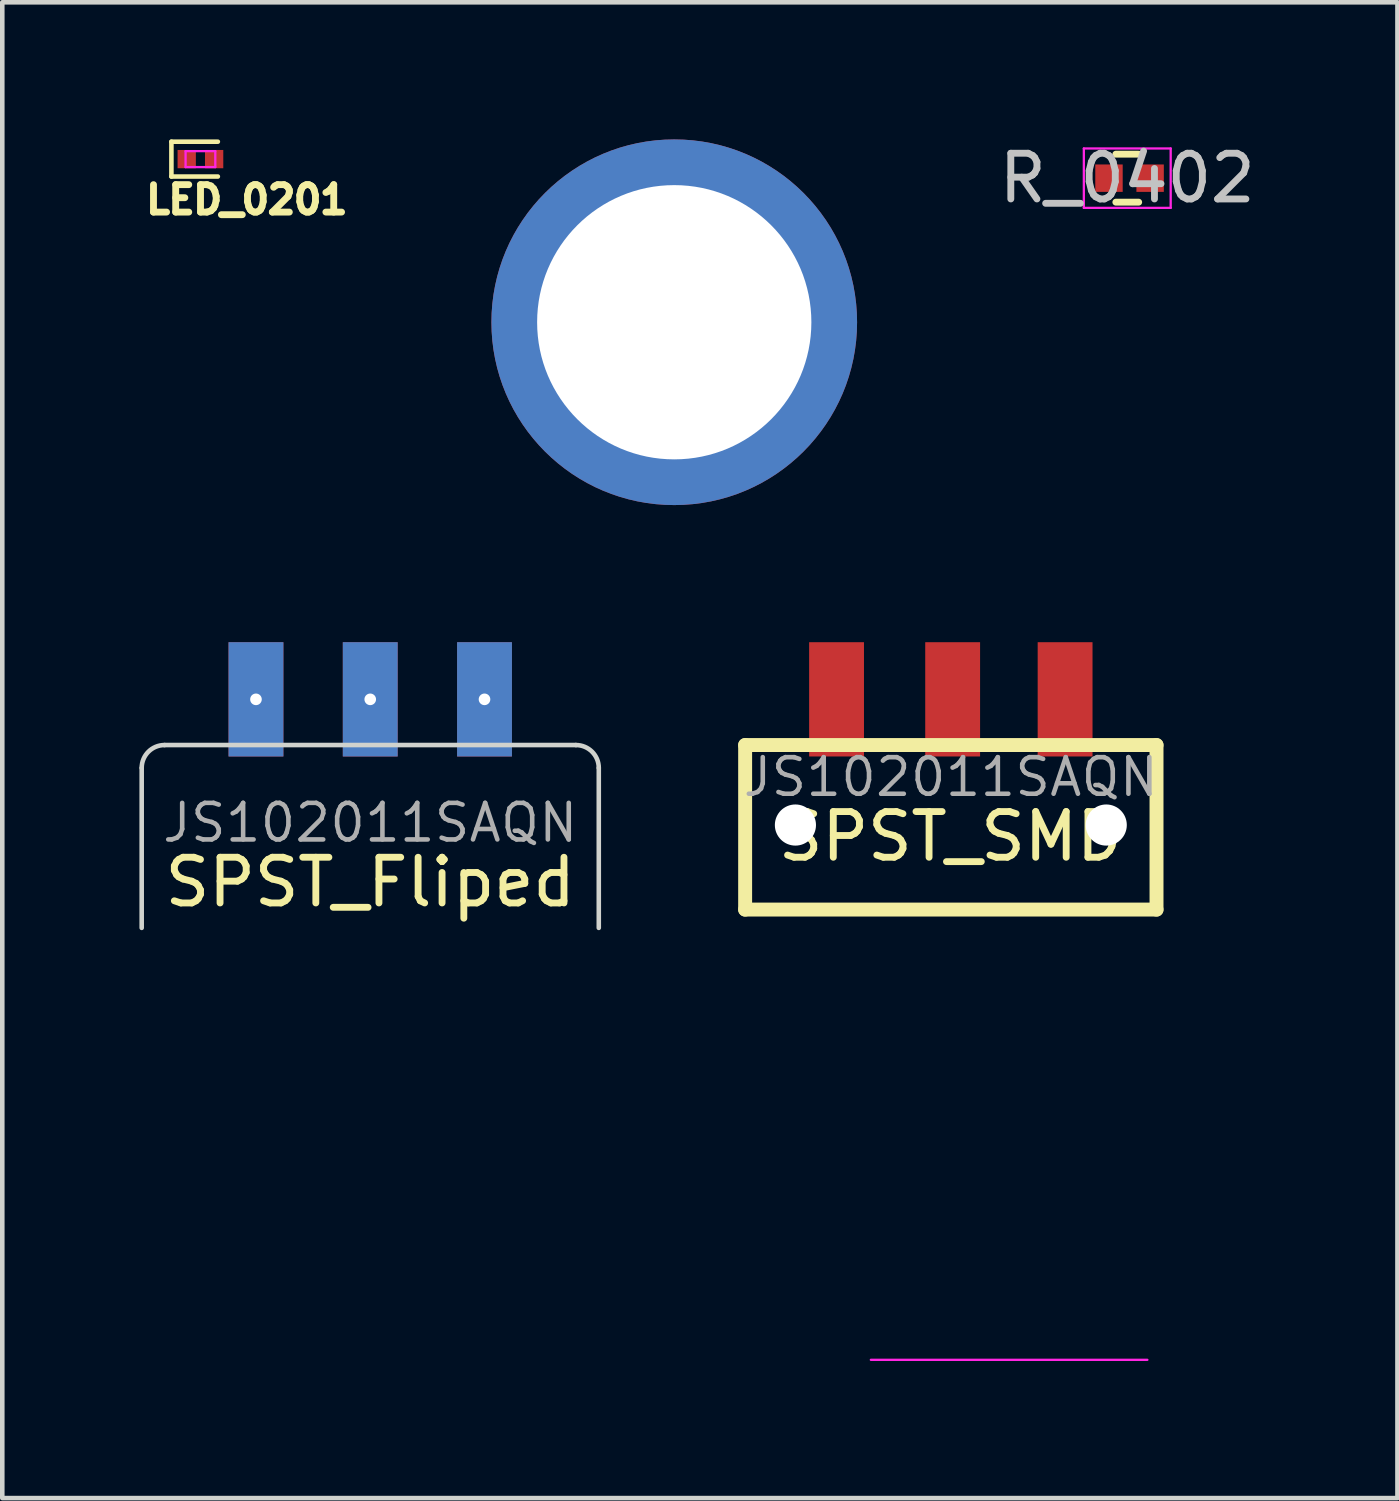
<source format=kicad_pcb>
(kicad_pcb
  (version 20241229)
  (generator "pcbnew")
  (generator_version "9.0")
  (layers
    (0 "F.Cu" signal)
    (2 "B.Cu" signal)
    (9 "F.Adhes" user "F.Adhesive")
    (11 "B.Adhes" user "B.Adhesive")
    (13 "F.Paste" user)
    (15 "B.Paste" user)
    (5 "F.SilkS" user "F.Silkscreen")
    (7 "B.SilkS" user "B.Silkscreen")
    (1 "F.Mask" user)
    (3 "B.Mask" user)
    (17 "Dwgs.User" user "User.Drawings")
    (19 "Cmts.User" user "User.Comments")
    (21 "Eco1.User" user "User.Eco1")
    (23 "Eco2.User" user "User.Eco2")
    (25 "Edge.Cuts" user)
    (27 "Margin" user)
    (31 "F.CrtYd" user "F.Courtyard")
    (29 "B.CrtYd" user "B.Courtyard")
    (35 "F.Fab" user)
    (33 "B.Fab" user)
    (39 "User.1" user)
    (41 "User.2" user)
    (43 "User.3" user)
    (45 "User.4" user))
  (footprint "LED_0201"
    (layer "F.Cu")
    (at 1.335 0.431)
    (property "Reference" "LED_0201" (at 1.016 0.889 0) (layer "F.SilkS") (effects (font (size 0.6 0.6) (thickness 0.15))))
    (attr smd)
    (fp_line (start -0.635 -0.381) (end -0.635 0.381) (stroke (width 0.1) (type solid)) (layer "F.SilkS"))
    (fp_line (start -0.635 0.381) (end 0.381 0.381) (stroke (width 0.1) (type solid)) (layer "F.SilkS"))
    (fp_line (start 0.381 -0.381) (end -0.635 -0.381) (stroke (width 0.1) (type solid)) (layer "F.SilkS"))
    (fp_line (start -0.325 -0.175) (end 0.325 -0.175) (stroke (width 0.05) (type solid)) (layer "F.CrtYd"))
    (fp_line (start -0.325 0.175) (end -0.325 -0.175) (stroke (width 0.05) (type solid)) (layer "F.CrtYd"))
    (fp_line (start -0.325 0.175) (end 0.325 0.175) (stroke (width 0.05) (type solid)) (layer "F.CrtYd"))
    (fp_line (start 0.325 0.175) (end 0.325 -0.175) (stroke (width 0.05) (type solid)) (layer "F.CrtYd"))
    (pad "1" smd rect (at -0.3 0) (size 0.4 0.4) (layers "F.Cu" "F.Mask" "F.Paste"))
    (pad "2" smd rect (at 0.3 0) (size 0.4 0.4) (layers "F.Cu" "F.Mask" "F.Paste")))
  (footprint "SPST_Fliped"
    (layer "F.Cu")
    (at 5.05 13.25)
    (property "Reference" "SPST_Fliped" (at 0 3 0) (layer "F.SilkS") (effects (font (size 1 1) (thickness 0.15))))
    (attr through_hole)
    (fp_line (start -5 0.5) (end -5 4) (stroke (width 0.1) (type solid)) (layer "Edge.Cuts"))
    (fp_line (start -4.5 0) (end 4.5 0) (stroke (width 0.1) (type solid)) (layer "Edge.Cuts"))
    (fp_line (start 5 0.5) (end 5 4) (stroke (width 0.1) (type solid)) (layer "Edge.Cuts"))
    (fp_arc (start -5 0.5) (mid -4.853553 0.146447) (end -4.5 0) (stroke (width 0.1) (type solid)) (layer "Edge.Cuts"))
    (fp_arc (start 4.5 0) (mid 4.853553 0.146447) (end 5 0.5) (stroke (width 0.1) (type solid)) (layer "Edge.Cuts"))
    (fp_text user "JS102011SAQN" (at 0 1.7 0) (layer "F.Fab") (effects (font (size 0.8 0.8) (thickness 0.1))))
    (pad "1" thru_hole rect (at 0 -1) (size 1.2 2.5) (drill 0.254) (layers "*.Cu" "*.Paste" "*.Mask"))
    (pad "2" thru_hole rect (at 2.5 -1) (size 1.2 2.5) (drill 0.254) (layers "*.Cu" "*.Paste" "*.Mask"))
    (pad "3" thru_hole rect (at -2.5 -1) (size 1.2 2.5) (drill 0.254) (layers "*.Cu" "*.Paste" "*.Mask")))
  (footprint "R_0402"
    (layer "F.Cu")
    (at 21.612 0.848)
    (property "Reference" "R_0402" (at 0 0 0) (layer "Dwgs.User") (effects (font (size 1 1) (thickness 0.15))))
    (attr smd)
    (fp_line (start -0.25 0.525) (end 0.25 0.525) (stroke (width 0.15) (type solid)) (layer "F.SilkS"))
    (fp_line (start 0.25 -0.525) (end -0.25 -0.525) (stroke (width 0.15) (type solid)) (layer "F.SilkS"))
    (fp_line (start -0.95 -0.65) (end -0.95 0.65) (stroke (width 0.05) (type solid)) (layer "F.CrtYd"))
    (fp_line (start -0.95 -0.65) (end 0.95 -0.65) (stroke (width 0.05) (type solid)) (layer "F.CrtYd"))
    (fp_line (start -0.95 0.65) (end 0.95 0.65) (stroke (width 0.05) (type solid)) (layer "F.CrtYd"))
    (fp_line (start 0.95 -0.65) (end 0.95 0.65) (stroke (width 0.05) (type solid)) (layer "F.CrtYd"))
    (pad "1" smd rect (at -0.4 0) (size 0.6 0.6) (layers "F.Cu" "F.Mask" "F.Paste"))
    (pad "2" smd rect (at 0.5 0) (size 0.6 0.6) (layers "F.Cu" "F.Mask" "F.Paste")))
  (footprint "Pin_Header_Straight_1x01"
    (layer "F.Cu")
    (at 11.701 4)
    (property "Reference" "Pin_Header_Straight_1x01" (at -0.6 -0.5 0) (layer "F.SilkS") (effects (font (size 0.127 0.127) (thickness 0.032))))
    (attr through_hole)
    (pad "1" thru_hole circle (at 0 0) (size 8 8) (drill 6) (layers "*.Cu" "*.Mask")))
  (footprint "SPST_SMD"
    (layer "F.Cu")
    (at 17.752 12.25)
    (property "Reference" "SPST_SMD" (at 0 3 0) (layer "F.SilkS") (effects (font (size 1 1) (thickness 0.15))))
    (attr through_hole)
    (fp_line (start -4.5 1) (end -4.5 4.6) (stroke (width 0.305) (type solid)) (layer "F.SilkS"))
    (fp_line (start -4.5 1) (end 4.5 1) (stroke (width 0.305) (type solid)) (layer "F.SilkS"))
    (fp_line (start -4.5 4.6) (end 4.5 4.6) (stroke (width 0.305) (type solid)) (layer "F.SilkS"))
    (fp_line (start 4.5 1) (end 4.5 4.6) (stroke (width 0.305) (type solid)) (layer "F.SilkS"))
    (fp_line (start -1.75 14.45) (end 4.3 14.45) (stroke (width 0.05) (type solid)) (layer "F.CrtYd"))
    (fp_text user "JS102011SAQN" (at 0 1.7 0) (layer "F.Fab") (effects (font (size 0.8 0.8) (thickness 0.1))))
    (pad "" np_thru_hole circle (at -3.4 2.75) (size 0.9 0.9) (drill 0.9) (layers "*.Cu" "*.Mask"))
    (pad "" np_thru_hole circle (at 3.4 2.75) (size 0.9 0.9) (drill 0.9) (layers "*.Cu" "*.Mask"))
    (pad "1" smd rect (at 0.04 0) (size 1.2 2.5) (layers "F.Cu" "F.Mask" "F.Paste"))
    (pad "2" smd rect (at 2.5 0) (size 1.2 2.5) (layers "F.Cu" "F.Mask" "F.Paste"))
    (pad "3" smd rect (at -2.5 0) (size 1.2 2.5) (layers "F.Cu" "F.Mask" "F.Paste")))
  (gr_rect
    (start -3 -3)
    (end 27.523 29.725)
    (stroke (width 0.1) (type default))
    (fill no)
    (layer "Edge.Cuts")))
</source>
